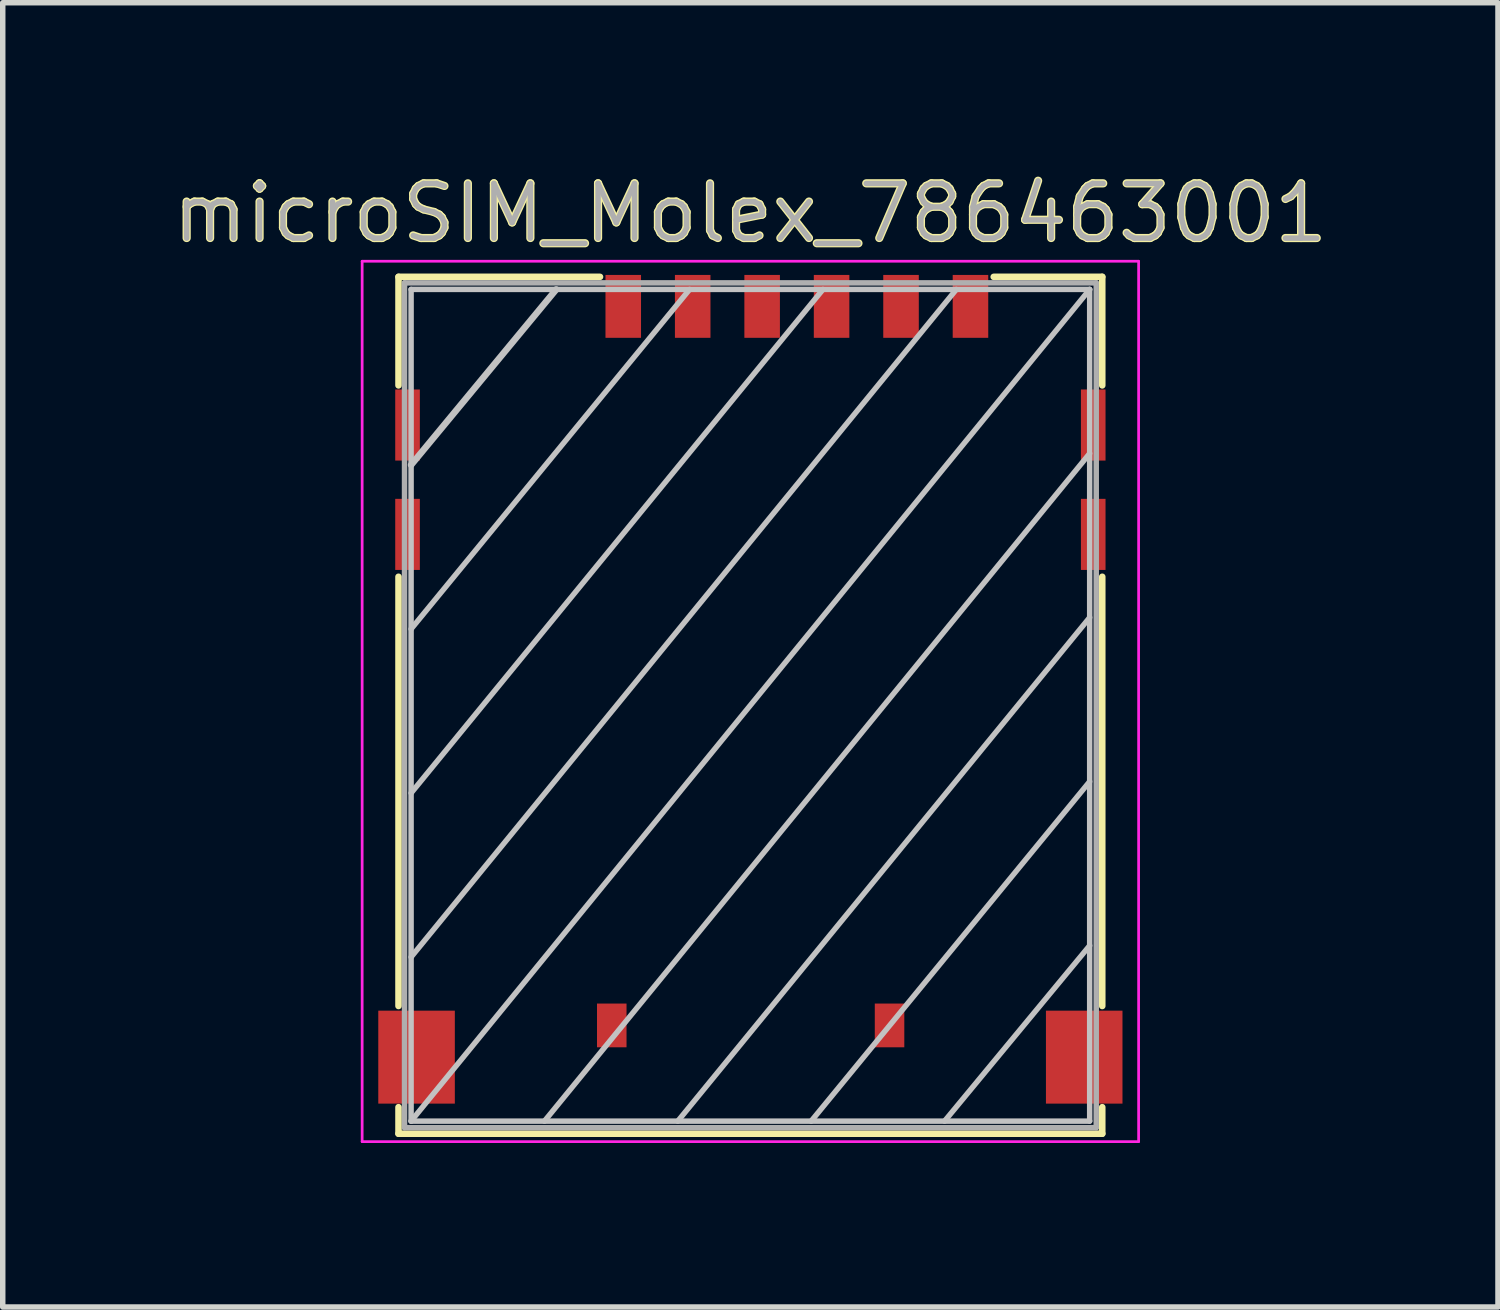
<source format=kicad_pcb>
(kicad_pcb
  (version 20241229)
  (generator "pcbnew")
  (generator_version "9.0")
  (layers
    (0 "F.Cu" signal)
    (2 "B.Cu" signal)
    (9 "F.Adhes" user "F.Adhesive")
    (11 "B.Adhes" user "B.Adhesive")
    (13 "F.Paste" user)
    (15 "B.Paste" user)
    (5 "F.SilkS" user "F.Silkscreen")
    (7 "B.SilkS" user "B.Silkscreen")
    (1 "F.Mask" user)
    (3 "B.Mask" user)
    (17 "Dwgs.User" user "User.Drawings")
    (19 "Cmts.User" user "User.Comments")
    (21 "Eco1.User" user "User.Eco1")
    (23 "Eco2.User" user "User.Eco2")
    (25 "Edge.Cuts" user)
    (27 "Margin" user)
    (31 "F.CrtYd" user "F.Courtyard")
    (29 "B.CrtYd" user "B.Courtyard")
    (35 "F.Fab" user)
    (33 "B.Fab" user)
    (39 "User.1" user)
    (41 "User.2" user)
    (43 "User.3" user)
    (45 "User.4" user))
  (footprint "microSIM_Molex_786463001"
    (layer "F.Cu")
    (at 10.673 9.848)
    (property "Reference" "microSIM_Molex_786463001" (at 0 -9 0) (layer "F.SilkS") (effects (font (size 1 1) (thickness 0.15))))
    (attr smd)
    (fp_line (start -6.435 -7.835) (end -6.435 -5.85) (stroke (width 0.12) (type solid)) (layer "F.SilkS"))
    (fp_line (start -6.435 -7.835) (end -2.75 -7.835) (stroke (width 0.12) (type solid)) (layer "F.SilkS"))
    (fp_line (start -6.435 -2.35) (end -6.435 5.5) (stroke (width 0.12) (type solid)) (layer "F.SilkS"))
    (fp_line (start -6.435 7.35) (end -6.435 7.835) (stroke (width 0.12) (type solid)) (layer "F.SilkS"))
    (fp_line (start -6.435 7.835) (end 6.435 7.835) (stroke (width 0.12) (type solid)) (layer "F.SilkS"))
    (fp_line (start 4.45 -7.835) (end 6.435 -7.835) (stroke (width 0.12) (type solid)) (layer "F.SilkS"))
    (fp_line (start 6.435 -7.835) (end 6.435 -5.85) (stroke (width 0.12) (type solid)) (layer "F.SilkS"))
    (fp_line (start 6.435 -2.35) (end 6.435 5.5) (stroke (width 0.12) (type solid)) (layer "F.SilkS"))
    (fp_line (start 6.435 7.35) (end 6.435 7.835) (stroke (width 0.12) (type solid)) (layer "F.SilkS"))
    (fp_line (start -6.205 -7.605) (end -6.205 7.605) (stroke (width 0.1) (type solid)) (layer "Dwgs.User"))
    (fp_line (start -6.205 -7.605) (end 6.205 -7.605) (stroke (width 0.1) (type solid)) (layer "Dwgs.User"))
    (fp_line (start -6.205 7.605) (end 6.205 7.605) (stroke (width 0.1) (type solid)) (layer "Dwgs.User"))
    (fp_line (start -3.551 -7.605) (end -6.205 -4.395) (stroke (width 0.12) (type solid)) (layer "Dwgs.User"))
    (fp_line (start -1.112 -7.605) (end -6.205 -1.395) (stroke (width 0.1) (type solid)) (layer "Dwgs.User"))
    (fp_line (start 1.327 -7.605) (end -6.205 1.605) (stroke (width 0.1) (type solid)) (layer "Dwgs.User"))
    (fp_line (start 3.766 -7.605) (end -6.205 4.605) (stroke (width 0.1) (type solid)) (layer "Dwgs.User"))
    (fp_line (start 6.205 -7.605) (end -6.205 7.605) (stroke (width 0.1) (type solid)) (layer "Dwgs.User"))
    (fp_line (start 6.205 -7.605) (end 6.205 7.605) (stroke (width 0.1) (type solid)) (layer "Dwgs.User"))
    (fp_line (start 6.205 -4.605) (end -3.766 7.605) (stroke (width 0.1) (type solid)) (layer "Dwgs.User"))
    (fp_line (start 6.205 -1.605) (end -1.327 7.605) (stroke (width 0.1) (type solid)) (layer "Dwgs.User"))
    (fp_line (start 6.205 1.395) (end 1.112 7.605) (stroke (width 0.1) (type solid)) (layer "Dwgs.User"))
    (fp_line (start 6.205 4.395) (end 3.551 7.605) (stroke (width 0.1) (type solid)) (layer "Dwgs.User"))
    (fp_line (start -7.1 -8.12) (end -7.1 7.98) (stroke (width 0.05) (type solid)) (layer "F.CrtYd"))
    (fp_line (start -7.1 -8.12) (end 7.1 -8.12) (stroke (width 0.05) (type solid)) (layer "F.CrtYd"))
    (fp_line (start -7.1 7.98) (end 7.1 7.98) (stroke (width 0.05) (type solid)) (layer "F.CrtYd"))
    (fp_line (start 7.1 -8.12) (end 7.1 7.98) (stroke (width 0.05) (type solid)) (layer "F.CrtYd"))
    (fp_line (start -6.325 -7.725) (end -6.325 7.725) (stroke (width 0.1) (type solid)) (layer "F.Fab"))
    (fp_line (start -6.325 -7.725) (end 6.325 -7.725) (stroke (width 0.1) (type solid)) (layer "F.Fab"))
    (fp_line (start -6.325 7.725) (end 6.325 7.725) (stroke (width 0.1) (type solid)) (layer "F.Fab"))
    (fp_line (start 6.325 -7.725) (end 6.325 7.725) (stroke (width 0.1) (type solid)) (layer "F.Fab"))
    (fp_text user "${REFERENCE}" (at 0 -9 0) (layer "F.Fab") (effects (font (size 1 1) (thickness 0.1))))
    (pad "" smd rect (at -2.535 5.855) (size 0.54 0.8) (layers "F.Cu" "F.Mask" "F.Paste"))
    (pad "" smd rect (at 2.545 5.855) (size 0.54 0.8) (layers "F.Cu" "F.Mask" "F.Paste"))
    (pad "C1" smd rect (at 2.755 -7.295) (size 0.65 1.15) (layers "F.Cu" "F.Mask" "F.Paste"))
    (pad "C2" smd rect (at 0.215 -7.295) (size 0.65 1.15) (layers "F.Cu" "F.Mask" "F.Paste"))
    (pad "C3" smd rect (at -2.325 -7.295) (size 0.65 1.15) (layers "F.Cu" "F.Mask" "F.Paste"))
    (pad "C5" smd rect (at -6.27 -5.125) (size 0.45 1.3) (layers "F.Cu" "F.Mask" "F.Paste"))
    (pad "C5" smd rect (at -6.27 -3.125) (size 0.45 1.3) (layers "F.Cu" "F.Mask" "F.Paste"))
    (pad "C5" smd rect (at -6.105 6.435) (size 1.4 1.7) (layers "F.Cu" "F.Mask" "F.Paste"))
    (pad "C5" smd rect (at 4.025 -7.295) (size 0.65 1.15) (layers "F.Cu" "F.Mask" "F.Paste"))
    (pad "C5" smd rect (at 6.105 6.435) (size 1.4 1.7) (layers "F.Cu" "F.Mask" "F.Paste"))
    (pad "C5" smd rect (at 6.27 -5.125) (size 0.45 1.3) (layers "F.Cu" "F.Mask" "F.Paste"))
    (pad "C5" smd rect (at 6.27 -3.125) (size 0.45 1.3) (layers "F.Cu" "F.Mask" "F.Paste"))
    (pad "C6" smd rect (at 1.485 -7.295) (size 0.65 1.15) (layers "F.Cu" "F.Mask" "F.Paste"))
    (pad "C7" smd rect (at -1.055 -7.295) (size 0.65 1.15) (layers "F.Cu" "F.Mask" "F.Paste")))
  (gr_rect
    (start -3 -3)
    (end 24.345 20.853)
    (stroke (width 0.1) (type default))
    (fill no)
    (layer "Edge.Cuts")))
</source>
